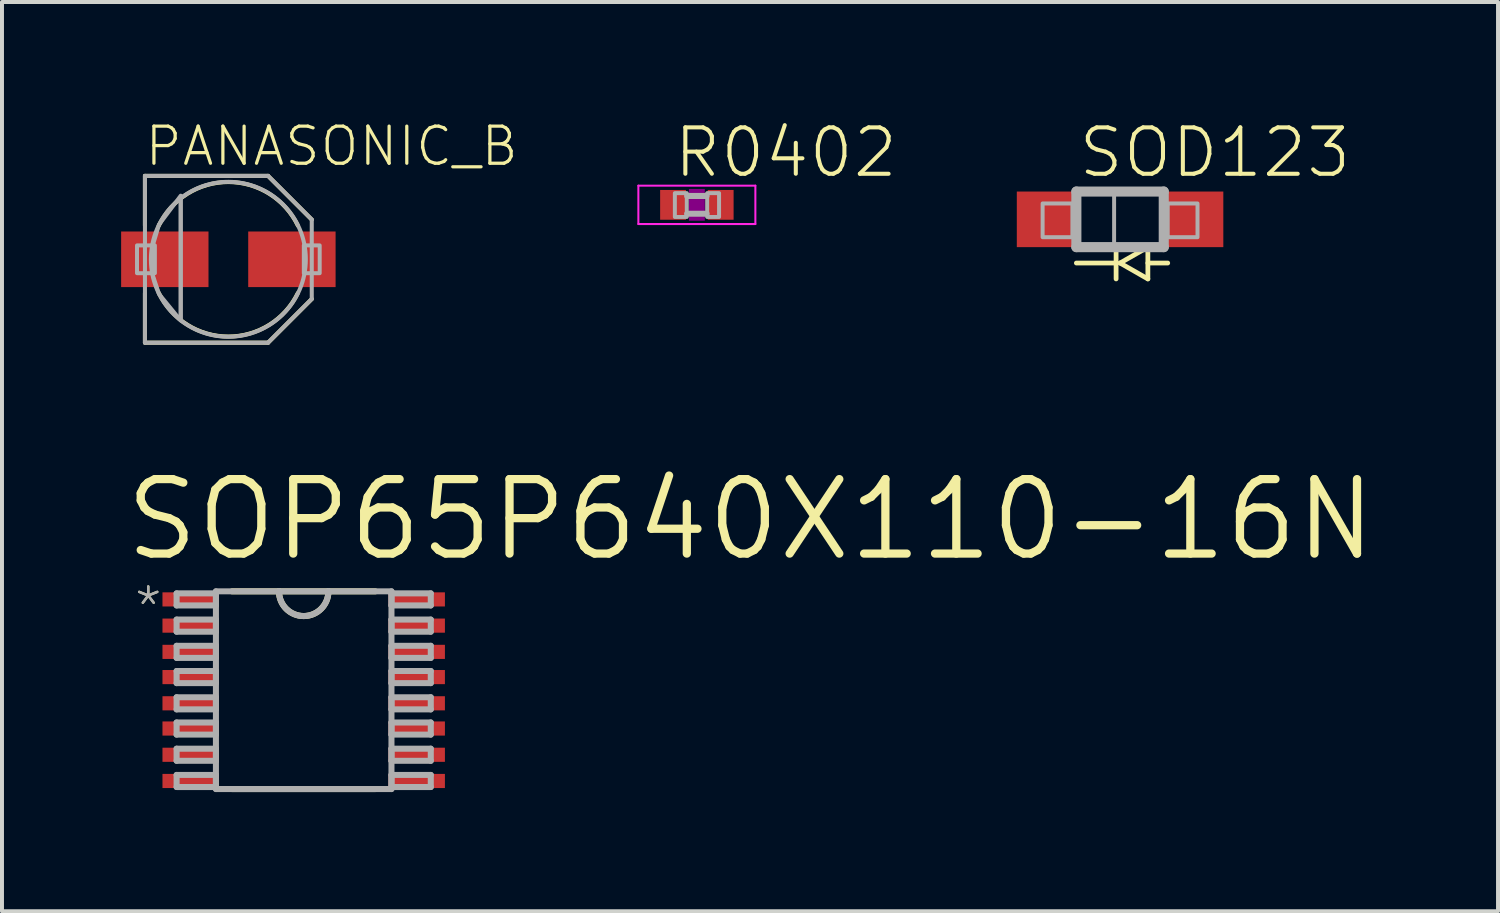
<source format=kicad_pcb>
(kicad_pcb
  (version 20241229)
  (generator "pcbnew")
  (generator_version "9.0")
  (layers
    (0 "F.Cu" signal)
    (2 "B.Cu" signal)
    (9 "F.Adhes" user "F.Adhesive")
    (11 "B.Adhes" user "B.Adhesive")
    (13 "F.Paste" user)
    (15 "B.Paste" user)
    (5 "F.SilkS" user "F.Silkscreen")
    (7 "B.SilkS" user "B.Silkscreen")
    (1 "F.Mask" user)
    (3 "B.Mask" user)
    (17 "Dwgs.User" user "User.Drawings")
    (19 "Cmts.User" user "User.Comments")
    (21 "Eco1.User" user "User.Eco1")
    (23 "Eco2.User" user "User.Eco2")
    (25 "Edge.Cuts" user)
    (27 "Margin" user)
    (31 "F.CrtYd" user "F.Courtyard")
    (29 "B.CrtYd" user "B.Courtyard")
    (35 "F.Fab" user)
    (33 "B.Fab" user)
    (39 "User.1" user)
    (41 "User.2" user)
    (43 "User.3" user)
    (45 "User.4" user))
  (footprint "SOP65P640X110-16N"
    (layer "F.Cu")
    (at 4.597 14.329)
    (property "Reference" "SOP65P640X110-16N" (at -4.597 -3.2 0) (layer "F.SilkS") (effects (font (size 1.875 1.875) (thickness 0.208)) (justify left bottom)))
    (fp_line (start -1.803 2.489) (end 1.803 2.489) (stroke (width 0.152) (type solid)) (layer "F.SilkS"))
    (fp_line (start -0.622 -2.489) (end -1.803 -2.489) (stroke (width 0.152) (type solid)) (layer "F.SilkS"))
    (fp_line (start 0.622 -2.489) (end -0.622 -2.489) (stroke (width 0.152) (type solid)) (layer "F.SilkS"))
    (fp_line (start 1.803 -2.489) (end 0.622 -2.489) (stroke (width 0.152) (type solid)) (layer "F.SilkS"))
    (fp_arc (start 0.6223 -2.4892) (mid 0 -1.8669) (end -0.6223 -2.4892) (stroke (width 0.1524) (type solid)) (layer "F.SilkS"))
    (fp_line (start -3.2 -2.438) (end -3.2 -2.134) (stroke (width 0.152) (type solid)) (layer "F.Fab"))
    (fp_line (start -3.2 -2.134) (end -2.21 -2.134) (stroke (width 0.152) (type solid)) (layer "F.Fab"))
    (fp_line (start -3.2 -1.778) (end -3.2 -1.473) (stroke (width 0.152) (type solid)) (layer "F.Fab"))
    (fp_line (start -3.2 -1.473) (end -2.21 -1.473) (stroke (width 0.152) (type solid)) (layer "F.Fab"))
    (fp_line (start -3.2 -1.118) (end -3.2 -0.813) (stroke (width 0.152) (type solid)) (layer "F.Fab"))
    (fp_line (start -3.2 -0.813) (end -2.21 -0.813) (stroke (width 0.152) (type solid)) (layer "F.Fab"))
    (fp_line (start -3.2 -0.483) (end -3.2 -0.178) (stroke (width 0.152) (type solid)) (layer "F.Fab"))
    (fp_line (start -3.2 -0.178) (end -2.21 -0.178) (stroke (width 0.152) (type solid)) (layer "F.Fab"))
    (fp_line (start -3.2 0.178) (end -3.2 0.483) (stroke (width 0.152) (type solid)) (layer "F.Fab"))
    (fp_line (start -3.2 0.483) (end -2.21 0.483) (stroke (width 0.152) (type solid)) (layer "F.Fab"))
    (fp_line (start -3.2 0.813) (end -3.2 1.118) (stroke (width 0.152) (type solid)) (layer "F.Fab"))
    (fp_line (start -3.2 1.118) (end -2.21 1.118) (stroke (width 0.152) (type solid)) (layer "F.Fab"))
    (fp_line (start -3.2 1.473) (end -3.2 1.778) (stroke (width 0.152) (type solid)) (layer "F.Fab"))
    (fp_line (start -3.2 1.778) (end -2.21 1.778) (stroke (width 0.152) (type solid)) (layer "F.Fab"))
    (fp_line (start -3.2 2.134) (end -3.2 2.438) (stroke (width 0.152) (type solid)) (layer "F.Fab"))
    (fp_line (start -3.2 2.438) (end -2.21 2.438) (stroke (width 0.152) (type solid)) (layer "F.Fab"))
    (fp_line (start -2.21 -2.489) (end -2.21 2.489) (stroke (width 0.152) (type solid)) (layer "F.Fab"))
    (fp_line (start -2.21 -2.438) (end -3.2 -2.438) (stroke (width 0.152) (type solid)) (layer "F.Fab"))
    (fp_line (start -2.21 -2.134) (end -2.21 -2.438) (stroke (width 0.152) (type solid)) (layer "F.Fab"))
    (fp_line (start -2.21 -1.778) (end -3.2 -1.778) (stroke (width 0.152) (type solid)) (layer "F.Fab"))
    (fp_line (start -2.21 -1.473) (end -2.21 -1.778) (stroke (width 0.152) (type solid)) (layer "F.Fab"))
    (fp_line (start -2.21 -1.118) (end -3.2 -1.118) (stroke (width 0.152) (type solid)) (layer "F.Fab"))
    (fp_line (start -2.21 -0.813) (end -2.21 -1.118) (stroke (width 0.152) (type solid)) (layer "F.Fab"))
    (fp_line (start -2.21 -0.483) (end -3.2 -0.483) (stroke (width 0.152) (type solid)) (layer "F.Fab"))
    (fp_line (start -2.21 -0.178) (end -2.21 -0.483) (stroke (width 0.152) (type solid)) (layer "F.Fab"))
    (fp_line (start -2.21 0.178) (end -3.2 0.178) (stroke (width 0.152) (type solid)) (layer "F.Fab"))
    (fp_line (start -2.21 0.483) (end -2.21 0.178) (stroke (width 0.152) (type solid)) (layer "F.Fab"))
    (fp_line (start -2.21 0.813) (end -3.2 0.813) (stroke (width 0.152) (type solid)) (layer "F.Fab"))
    (fp_line (start -2.21 1.118) (end -2.21 0.813) (stroke (width 0.152) (type solid)) (layer "F.Fab"))
    (fp_line (start -2.21 1.473) (end -3.2 1.473) (stroke (width 0.152) (type solid)) (layer "F.Fab"))
    (fp_line (start -2.21 1.778) (end -2.21 1.473) (stroke (width 0.152) (type solid)) (layer "F.Fab"))
    (fp_line (start -2.21 2.134) (end -3.2 2.134) (stroke (width 0.152) (type solid)) (layer "F.Fab"))
    (fp_line (start -2.21 2.438) (end -2.21 2.134) (stroke (width 0.152) (type solid)) (layer "F.Fab"))
    (fp_line (start -2.21 2.489) (end 2.21 2.489) (stroke (width 0.152) (type solid)) (layer "F.Fab"))
    (fp_line (start -0.622 -2.489) (end -2.21 -2.489) (stroke (width 0.152) (type solid)) (layer "F.Fab"))
    (fp_line (start 0.622 -2.489) (end -0.622 -2.489) (stroke (width 0.152) (type solid)) (layer "F.Fab"))
    (fp_line (start 2.21 -2.489) (end 0.622 -2.489) (stroke (width 0.152) (type solid)) (layer "F.Fab"))
    (fp_line (start 2.21 -2.438) (end 2.21 -2.134) (stroke (width 0.152) (type solid)) (layer "F.Fab"))
    (fp_line (start 2.21 -2.134) (end 3.2 -2.134) (stroke (width 0.152) (type solid)) (layer "F.Fab"))
    (fp_line (start 2.21 -1.778) (end 2.21 -1.473) (stroke (width 0.152) (type solid)) (layer "F.Fab"))
    (fp_line (start 2.21 -1.473) (end 3.2 -1.473) (stroke (width 0.152) (type solid)) (layer "F.Fab"))
    (fp_line (start 2.21 -1.118) (end 2.21 -0.813) (stroke (width 0.152) (type solid)) (layer "F.Fab"))
    (fp_line (start 2.21 -0.813) (end 3.2 -0.813) (stroke (width 0.152) (type solid)) (layer "F.Fab"))
    (fp_line (start 2.21 -0.483) (end 2.21 -0.178) (stroke (width 0.152) (type solid)) (layer "F.Fab"))
    (fp_line (start 2.21 -0.178) (end 3.2 -0.178) (stroke (width 0.152) (type solid)) (layer "F.Fab"))
    (fp_line (start 2.21 0.178) (end 2.21 0.483) (stroke (width 0.152) (type solid)) (layer "F.Fab"))
    (fp_line (start 2.21 0.483) (end 3.2 0.483) (stroke (width 0.152) (type solid)) (layer "F.Fab"))
    (fp_line (start 2.21 0.813) (end 2.21 1.118) (stroke (width 0.152) (type solid)) (layer "F.Fab"))
    (fp_line (start 2.21 1.118) (end 3.2 1.118) (stroke (width 0.152) (type solid)) (layer "F.Fab"))
    (fp_line (start 2.21 1.473) (end 2.21 1.778) (stroke (width 0.152) (type solid)) (layer "F.Fab"))
    (fp_line (start 2.21 1.778) (end 3.2 1.778) (stroke (width 0.152) (type solid)) (layer "F.Fab"))
    (fp_line (start 2.21 2.134) (end 2.21 2.438) (stroke (width 0.152) (type solid)) (layer "F.Fab"))
    (fp_line (start 2.21 2.438) (end 3.2 2.438) (stroke (width 0.152) (type solid)) (layer "F.Fab"))
    (fp_line (start 2.21 2.489) (end 2.21 -2.489) (stroke (width 0.152) (type solid)) (layer "F.Fab"))
    (fp_line (start 3.2 -2.438) (end 2.21 -2.438) (stroke (width 0.152) (type solid)) (layer "F.Fab"))
    (fp_line (start 3.2 -2.134) (end 3.2 -2.438) (stroke (width 0.152) (type solid)) (layer "F.Fab"))
    (fp_line (start 3.2 -1.778) (end 2.21 -1.778) (stroke (width 0.152) (type solid)) (layer "F.Fab"))
    (fp_line (start 3.2 -1.473) (end 3.2 -1.778) (stroke (width 0.152) (type solid)) (layer "F.Fab"))
    (fp_line (start 3.2 -1.118) (end 2.21 -1.118) (stroke (width 0.152) (type solid)) (layer "F.Fab"))
    (fp_line (start 3.2 -0.813) (end 3.2 -1.118) (stroke (width 0.152) (type solid)) (layer "F.Fab"))
    (fp_line (start 3.2 -0.483) (end 2.21 -0.483) (stroke (width 0.152) (type solid)) (layer "F.Fab"))
    (fp_line (start 3.2 -0.178) (end 3.2 -0.483) (stroke (width 0.152) (type solid)) (layer "F.Fab"))
    (fp_line (start 3.2 0.178) (end 2.21 0.178) (stroke (width 0.152) (type solid)) (layer "F.Fab"))
    (fp_line (start 3.2 0.483) (end 3.2 0.178) (stroke (width 0.152) (type solid)) (layer "F.Fab"))
    (fp_line (start 3.2 0.813) (end 2.21 0.813) (stroke (width 0.152) (type solid)) (layer "F.Fab"))
    (fp_line (start 3.2 1.118) (end 3.2 0.813) (stroke (width 0.152) (type solid)) (layer "F.Fab"))
    (fp_line (start 3.2 1.473) (end 2.21 1.473) (stroke (width 0.152) (type solid)) (layer "F.Fab"))
    (fp_line (start 3.2 1.778) (end 3.2 1.473) (stroke (width 0.152) (type solid)) (layer "F.Fab"))
    (fp_line (start 3.2 2.134) (end 2.21 2.134) (stroke (width 0.152) (type solid)) (layer "F.Fab"))
    (fp_line (start 3.2 2.438) (end 3.2 2.134) (stroke (width 0.152) (type solid)) (layer "F.Fab"))
    (fp_arc (start 0.6223 -2.4892) (mid 0 -1.8669) (end -0.6223 -2.4892) (stroke (width 0.1524) (type solid)) (layer "F.Fab"))
    (fp_text user "*" (at -4.318 -1.537 0) (layer "F.SilkS") (effects (font (size 0.955 0.955) (thickness 0.061)) (justify left bottom)))
    (fp_text user "*" (at -4.318 -1.537 0) (layer "F.Fab") (effects (font (size 0.955 0.955) (thickness 0.061)) (justify left bottom)))
    (pad "1" smd rect (at -2.845 -2.286) (size 1.422 0.356) (layers "F.Cu" "F.Mask" "F.Paste"))
    (pad "2" smd rect (at -2.845 -1.626) (size 1.422 0.356) (layers "F.Cu" "F.Mask" "F.Paste"))
    (pad "3" smd rect (at -2.845 -0.965) (size 1.422 0.356) (layers "F.Cu" "F.Mask" "F.Paste"))
    (pad "4" smd rect (at -2.845 -0.33) (size 1.422 0.356) (layers "F.Cu" "F.Mask" "F.Paste"))
    (pad "5" smd rect (at -2.845 0.33) (size 1.422 0.356) (layers "F.Cu" "F.Mask" "F.Paste"))
    (pad "6" smd rect (at -2.845 0.965) (size 1.422 0.356) (layers "F.Cu" "F.Mask" "F.Paste"))
    (pad "7" smd rect (at -2.845 1.626) (size 1.422 0.356) (layers "F.Cu" "F.Mask" "F.Paste"))
    (pad "8" smd rect (at -2.845 2.286) (size 1.422 0.356) (layers "F.Cu" "F.Mask" "F.Paste"))
    (pad "9" smd rect (at 2.845 2.286) (size 1.422 0.356) (layers "F.Cu" "F.Mask" "F.Paste"))
    (pad "10" smd rect (at 2.845 1.626) (size 1.422 0.356) (layers "F.Cu" "F.Mask" "F.Paste"))
    (pad "11" smd rect (at 2.845 0.965) (size 1.422 0.356) (layers "F.Cu" "F.Mask" "F.Paste"))
    (pad "12" smd rect (at 2.845 0.33) (size 1.422 0.356) (layers "F.Cu" "F.Mask" "F.Paste"))
    (pad "13" smd rect (at 2.845 -0.33) (size 1.422 0.356) (layers "F.Cu" "F.Mask" "F.Paste"))
    (pad "14" smd rect (at 2.845 -0.965) (size 1.422 0.356) (layers "F.Cu" "F.Mask" "F.Paste"))
    (pad "15" smd rect (at 2.845 -1.626) (size 1.422 0.356) (layers "F.Cu" "F.Mask" "F.Paste"))
    (pad "16" smd rect (at 2.845 -2.286) (size 1.422 0.356) (layers "F.Cu" "F.Mask" "F.Paste")))
  (footprint "SOD123"
    (layer "F.Cu")
    (at 25.153 2.473)
    (property "Reference" "SOD123" (at -1.1 -1 0) (layer "F.SilkS") (effects (font (size 1.168 1.168) (thickness 0.102)) (justify left bottom)))
    (fp_line (start -0.1 0.7) (end -0.1 1.5) (stroke (width 0.12) (type solid)) (layer "F.SilkS"))
    (fp_line (start -0.1 1.1) (end -1.1 1.1) (stroke (width 0.12) (type solid)) (layer "F.SilkS"))
    (fp_line (start 0 1.1) (end 0.7 1.5) (stroke (width 0.12) (type solid)) (layer "F.SilkS"))
    (fp_line (start 0.7 0.7) (end 0 1.1) (stroke (width 0.12) (type solid)) (layer "F.SilkS"))
    (fp_line (start 0.7 1.1) (end 1.2 1.1) (stroke (width 0.12) (type solid)) (layer "F.SilkS"))
    (fp_line (start 0.7 1.5) (end 0.7 0.7) (stroke (width 0.12) (type solid)) (layer "F.SilkS"))
    (fp_line (start -1.1 -0.7) (end 1.1 -0.7) (stroke (width 0.254) (type solid)) (layer "F.Fab"))
    (fp_line (start -1.1 0.7) (end -1.1 -0.7) (stroke (width 0.254) (type solid)) (layer "F.Fab"))
    (fp_line (start 1.1 -0.7) (end 1.1 0.7) (stroke (width 0.254) (type solid)) (layer "F.Fab"))
    (fp_line (start 1.1 0.7) (end -1.1 0.7) (stroke (width 0.254) (type solid)) (layer "F.Fab"))
    (fp_poly (pts (xy -1.95 0.45) (xy -1.2 0.45) (xy -1.2 -0.4) (xy -1.95 -0.4)) (stroke (width 0.1) (type solid)) (fill no) (layer "F.Fab"))
    (fp_poly (pts (xy -1.05 0.65) (xy -0.15 0.65) (xy -0.15 -0.7) (xy -1.05 -0.7)) (stroke (width 0.1) (type solid)) (fill no) (layer "F.Fab"))
    (fp_poly (pts (xy 1.2 0.45) (xy 1.95 0.45) (xy 1.95 -0.4) (xy 1.2 -0.4)) (stroke (width 0.1) (type solid)) (fill no) (layer "F.Fab"))
    (pad "A" smd rect (at 1.9 0) (size 1.4 1.4) (layers "F.Cu" "F.Mask" "F.Paste"))
    (pad "C" smd rect (at -1.9 0) (size 1.4 1.4) (layers "F.Cu" "F.Mask" "F.Paste")))
  (footprint "R0402"
    (layer "F.Cu")
    (at 14.497 2.108)
    (property "Reference" "R0402" (at -0.635 -0.635 0) (layer "F.SilkS") (effects (font (size 1.168 1.168) (thickness 0.102)) (justify left bottom)))
    (fp_poly (pts (xy -0.2 0.4) (xy 0.2 0.4) (xy 0.2 -0.4) (xy -0.2 -0.4)) (stroke (width 0) (type solid)) (fill yes) (layer "F.Adhes"))
    (fp_line (start -1.473 -0.483) (end 1.473 -0.483) (stroke (width 0.051) (type solid)) (layer "F.CrtYd"))
    (fp_line (start -1.473 0.483) (end -1.473 -0.483) (stroke (width 0.051) (type solid)) (layer "F.CrtYd"))
    (fp_line (start 1.473 -0.483) (end 1.473 0.483) (stroke (width 0.051) (type solid)) (layer "F.CrtYd"))
    (fp_line (start 1.473 0.483) (end -1.473 0.483) (stroke (width 0.051) (type solid)) (layer "F.CrtYd"))
    (fp_line (start -0.245 -0.224) (end 0.245 -0.224) (stroke (width 0.152) (type solid)) (layer "F.Fab"))
    (fp_line (start 0.245 0.224) (end -0.245 0.224) (stroke (width 0.152) (type solid)) (layer "F.Fab"))
    (fp_poly (pts (xy -0.554 0.305) (xy -0.254 0.305) (xy -0.254 -0.295) (xy -0.554 -0.295)) (stroke (width 0.1) (type solid)) (fill no) (layer "F.Fab"))
    (fp_poly (pts (xy 0.259 0.305) (xy 0.559 0.305) (xy 0.559 -0.295) (xy 0.259 -0.295)) (stroke (width 0.1) (type solid)) (fill no) (layer "F.Fab"))
    (pad "1" smd rect (at -0.6 0) (size 0.65 0.75) (layers "F.Cu" "F.Mask" "F.Paste"))
    (pad "2" smd rect (at 0.6 0) (size 0.65 0.75) (layers "F.Cu" "F.Mask" "F.Paste")))
  (footprint "PANASONIC_B"
    (layer "F.Cu")
    (at 2.7 3.479)
    (property "Reference" "PANASONIC_B" (at -2.15 -2.3 0) (layer "F.SilkS") (effects (font (size 0.935 0.935) (thickness 0.081)) (justify left bottom)))
    (fp_line (start -2.1 -2.1) (end 1 -2.1) (stroke (width 0.102) (type solid)) (layer "F.SilkS"))
    (fp_line (start -2.1 -0.85) (end -2.1 -2.1) (stroke (width 0.102) (type solid)) (layer "F.SilkS"))
    (fp_line (start -2.1 2.1) (end -2.1 0.85) (stroke (width 0.102) (type solid)) (layer "F.SilkS"))
    (fp_line (start 1 -2.1) (end 2.1 -1) (stroke (width 0.102) (type solid)) (layer "F.SilkS"))
    (fp_line (start 1 2.1) (end -2.1 2.1) (stroke (width 0.102) (type solid)) (layer "F.SilkS"))
    (fp_line (start 2.1 1) (end 1 2.1) (stroke (width 0.102) (type solid)) (layer "F.SilkS"))
    (fp_arc (start -1.75 -0.85) (mid 0 -1.945508) (end 1.75 -0.85) (stroke (width 0.1016) (type solid)) (layer "F.SilkS"))
    (fp_arc (start 1.75 0.85) (mid 0 1.945508) (end -1.75 0.85) (stroke (width 0.1016) (type solid)) (layer "F.SilkS"))
    (fp_line (start -2.1 -2.1) (end 1 -2.1) (stroke (width 0.102) (type solid)) (layer "F.Fab"))
    (fp_line (start -2.1 2.1) (end -2.1 -2.1) (stroke (width 0.102) (type solid)) (layer "F.Fab"))
    (fp_line (start -1.2 -1.5) (end -1.2 1.5) (stroke (width 0.102) (type solid)) (layer "F.Fab"))
    (fp_line (start 1 -2.1) (end 2.1 -1) (stroke (width 0.102) (type solid)) (layer "F.Fab"))
    (fp_line (start 1 2.1) (end -2.1 2.1) (stroke (width 0.102) (type solid)) (layer "F.Fab"))
    (fp_line (start 2.1 -1) (end 2.1 1) (stroke (width 0.102) (type solid)) (layer "F.Fab"))
    (fp_line (start 2.1 1) (end 1 2.1) (stroke (width 0.102) (type solid)) (layer "F.Fab"))
    (fp_circle (center 0 0) (end 1.95 0) (stroke (width 0.102) (type solid)) (fill no) (layer "F.Fab"))
    (fp_poly (pts (xy -2.3 0.35) (xy -1.85 0.35) (xy -1.85 -0.35) (xy -2.3 -0.35)) (stroke (width 0.1) (type solid)) (fill no) (layer "F.Fab"))
    (fp_poly (pts (xy 1.9 0.35) (xy 2.3 0.35) (xy 2.3 -0.35) (xy 1.9 -0.35)) (stroke (width 0.1) (type solid)) (fill no) (layer "F.Fab"))
    (fp_poly (pts (xy -1.199 1.542) (xy -1.745 0.875) (xy -1.901 0.408) (xy -1.901 -0.357) (xy -1.746 -0.873) (xy -1.199 -1.602)) (stroke (width 0.1) (type solid)) (fill no) (layer "F.Fab"))
    (pad "+" smd rect (at 1.6 0) (size 2.2 1.4) (layers "F.Cu" "F.Mask" "F.Paste"))
    (pad "-" smd rect (at -1.6 0) (size 2.2 1.4) (layers "F.Cu" "F.Mask" "F.Paste")))
  (gr_rect
    (start -3 -3)
    (end 34.67 19.895)
    (stroke (width 0.1) (type default))
    (fill no)
    (layer "Edge.Cuts")))
</source>
